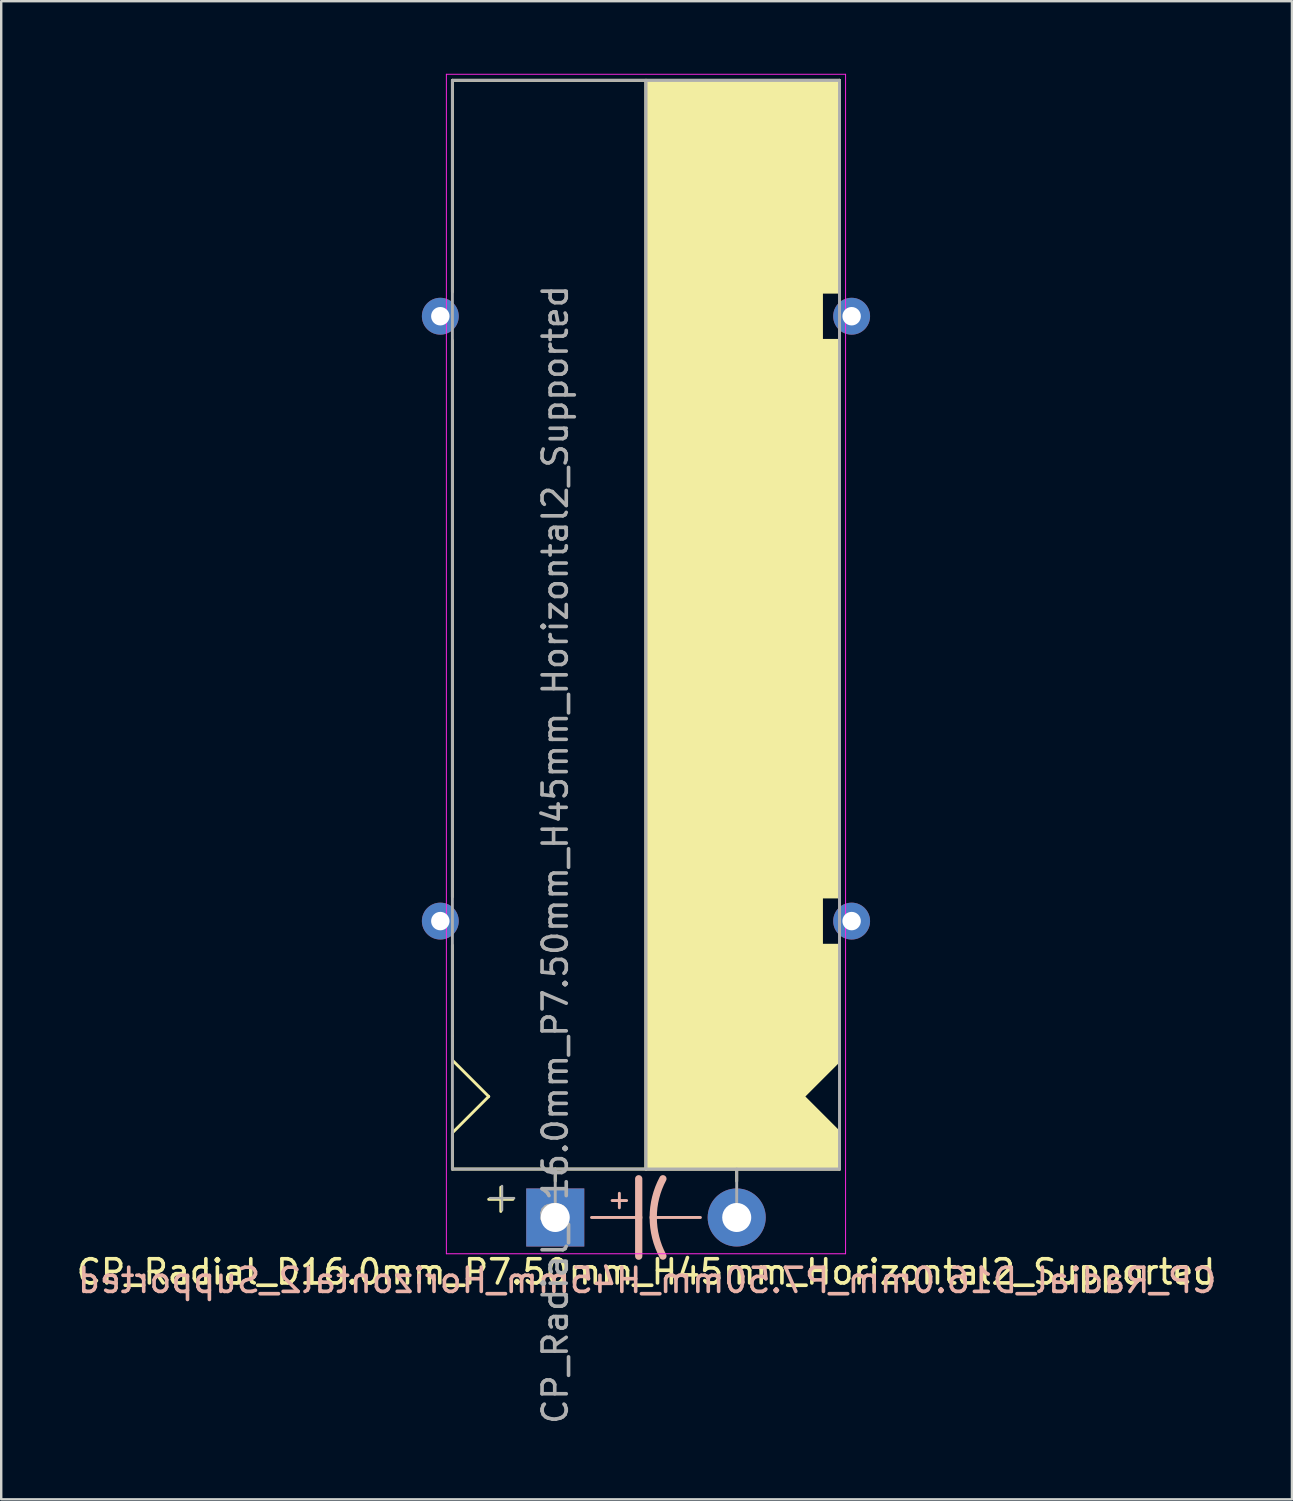
<source format=kicad_pcb>
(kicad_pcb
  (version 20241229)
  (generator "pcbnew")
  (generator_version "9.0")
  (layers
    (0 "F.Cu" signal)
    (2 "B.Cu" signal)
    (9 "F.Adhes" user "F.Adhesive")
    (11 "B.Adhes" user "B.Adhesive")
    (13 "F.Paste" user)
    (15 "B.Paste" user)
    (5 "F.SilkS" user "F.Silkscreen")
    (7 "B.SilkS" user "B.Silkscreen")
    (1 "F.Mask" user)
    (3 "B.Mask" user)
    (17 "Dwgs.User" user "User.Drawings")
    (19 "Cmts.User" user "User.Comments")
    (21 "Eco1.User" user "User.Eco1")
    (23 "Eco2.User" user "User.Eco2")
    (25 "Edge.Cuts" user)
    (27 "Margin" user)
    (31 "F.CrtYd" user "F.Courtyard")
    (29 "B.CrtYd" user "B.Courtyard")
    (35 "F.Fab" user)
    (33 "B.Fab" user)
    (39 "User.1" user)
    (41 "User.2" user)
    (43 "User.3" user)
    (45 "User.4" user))
  (footprint "CP_Radial_D16.0mm_P7.50mm_H45mm_Horizontal2_Supported"
    (layer "F.Cu")
    (at 19.899 47.27)
    (property "Reference" "CP_Radial_D16.0mm_P7.50mm_H45mm_Horizontal2_Supported" (at 3.75 2.25 0) (layer "F.SilkS") (effects (font (size 1 1) (thickness 0.15))))
    (fp_line (start -4.25 -38.25) (end -4.25 -47) (stroke (width 0.12) (type solid)) (layer "F.SilkS"))
    (fp_line (start -4.25 -36.25) (end -4.25 -13.25) (stroke (width 0.12) (type solid)) (layer "F.SilkS"))
    (fp_line (start -4.25 -7.5) (end -4.25 -11.25) (stroke (width 0.12) (type solid)) (layer "F.SilkS"))
    (fp_line (start -4.25 -6.5) (end -4.25 -7.5) (stroke (width 0.12) (type solid)) (layer "F.SilkS"))
    (fp_line (start -4.25 -3.5) (end -2.75 -5) (stroke (width 0.12) (type solid)) (layer "F.SilkS"))
    (fp_line (start -4.25 -2) (end -4.25 -3.5) (stroke (width 0.12) (type solid)) (layer "F.SilkS"))
    (fp_line (start -2.75 -5) (end -4.25 -6.5) (stroke (width 0.12) (type solid)) (layer "F.SilkS"))
    (fp_line (start -2.25 -1.25) (end -2.25 -0.25) (stroke (width 0.12) (type solid)) (layer "F.SilkS"))
    (fp_line (start -1.75 -0.75) (end -2.75 -0.75) (stroke (width 0.12) (type solid)) (layer "F.SilkS"))
    (fp_line (start 0 -1.5) (end 0 -2) (stroke (width 0.12) (type solid)) (layer "F.SilkS"))
    (fp_line (start 3.75 -2) (end -4.25 -2) (stroke (width 0.12) (type solid)) (layer "F.SilkS"))
    (fp_line (start 3.75 -2) (end 3.75 -47) (stroke (width 0.12) (type solid)) (layer "F.SilkS"))
    (fp_line (start 3.75 -2) (end 11.75 -2) (stroke (width 0.12) (type solid)) (layer "F.SilkS"))
    (fp_line (start 7.5 -1.5) (end 7.5 -2) (stroke (width 0.12) (type solid)) (layer "F.SilkS"))
    (fp_line (start 10.25 -5) (end 11.75 -6.5) (stroke (width 0.12) (type solid)) (layer "F.SilkS"))
    (fp_line (start 11 -38.25) (end 11 -36.25) (stroke (width 0.12) (type solid)) (layer "F.SilkS"))
    (fp_line (start 11 -36.25) (end 11.75 -36.25) (stroke (width 0.12) (type solid)) (layer "F.SilkS"))
    (fp_line (start 11 -13.25) (end 11 -11.25) (stroke (width 0.12) (type solid)) (layer "F.SilkS"))
    (fp_line (start 11 -11.25) (end 11.75 -11.25) (stroke (width 0.12) (type solid)) (layer "F.SilkS"))
    (fp_line (start 11.75 -47) (end -4.25 -47) (stroke (width 0.12) (type solid)) (layer "F.SilkS"))
    (fp_line (start 11.75 -47) (end 11.75 -38.25) (stroke (width 0.12) (type solid)) (layer "F.SilkS"))
    (fp_line (start 11.75 -38.25) (end 11 -38.25) (stroke (width 0.12) (type solid)) (layer "F.SilkS"))
    (fp_line (start 11.75 -13.25) (end 11 -13.25) (stroke (width 0.12) (type solid)) (layer "F.SilkS"))
    (fp_line (start 11.75 -13.25) (end 11.75 -36.25) (stroke (width 0.12) (type solid)) (layer "F.SilkS"))
    (fp_line (start 11.75 -11.25) (end 11.75 -6.5) (stroke (width 0.12) (type solid)) (layer "F.SilkS"))
    (fp_line (start 11.75 -3.5) (end 10.25 -5) (stroke (width 0.12) (type solid)) (layer "F.SilkS"))
    (fp_line (start 11.75 -2) (end 11.75 -3.5) (stroke (width 0.12) (type solid)) (layer "F.SilkS"))
    (fp_poly (pts (xy 11.75 -3.5) (xy 10.25 -5) (xy 11.75 -6.5) (xy 11.75 -11.25) (xy 11 -11.25) (xy 11 -13.25) (xy 11.75 -13.25) (xy 11.75 -36.25) (xy 11 -36.25) (xy 11 -38.25) (xy 11.75 -38.25) (xy 11.75 -47) (xy 3.75 -47) (xy 3.75 -2) (xy 11.75 -2)) (stroke (width 0.1) (type solid)) (fill yes) (layer "F.SilkS"))
    (fp_line (start 1.5 0) (end 3.45 0) (stroke (width 0.12) (type solid)) (layer "B.SilkS"))
    (fp_line (start 2.35 -0.7) (end 2.95 -0.7) (stroke (width 0.12) (type solid)) (layer "B.SilkS"))
    (fp_line (start 2.65 -0.4) (end 2.65 -1) (stroke (width 0.12) (type solid)) (layer "B.SilkS"))
    (fp_line (start 3.45 0) (end 3.45 -1.6) (stroke (width 0.3) (type solid)) (layer "B.SilkS"))
    (fp_line (start 3.45 0) (end 3.45 1.6) (stroke (width 0.3) (type solid)) (layer "B.SilkS"))
    (fp_line (start 6 0) (end 4.05 0) (stroke (width 0.12) (type solid)) (layer "B.SilkS"))
    (fp_arc (start 4.05 0) (mid 4.150512 -0.824872) (end 4.45 -1.6) (stroke (width 0.3) (type solid)) (layer "B.SilkS"))
    (fp_arc (start 4.45 1.596157) (mid 4.151652 0.822725) (end 4.05 0) (stroke (width 0.3) (type solid)) (layer "B.SilkS"))
    (fp_line (start -4.5 -47.25) (end -4.5 1.5) (stroke (width 0.04) (type solid)) (layer "F.CrtYd"))
    (fp_line (start -4.5 1.5) (end 12 1.5) (stroke (width 0.04) (type solid)) (layer "F.CrtYd"))
    (fp_line (start 12 -47.25) (end -4.5 -47.25) (stroke (width 0.04) (type solid)) (layer "F.CrtYd"))
    (fp_line (start 12 1.5) (end 12 -47.25) (stroke (width 0.04) (type solid)) (layer "F.CrtYd"))
    (fp_line (start -4.25 -47) (end 11.75 -47) (stroke (width 0.12) (type solid)) (layer "F.Fab"))
    (fp_line (start -4.25 -2) (end -4.25 -47) (stroke (width 0.12) (type solid)) (layer "F.Fab"))
    (fp_line (start -2.7 -0.8) (end -1.7 -0.8) (stroke (width 0.1) (type solid)) (layer "F.Fab"))
    (fp_line (start -2.2 -0.3) (end -2.2 -1.3) (stroke (width 0.1) (type solid)) (layer "F.Fab"))
    (fp_line (start 0 -2) (end -4.25 -2) (stroke (width 0.12) (type solid)) (layer "F.Fab"))
    (fp_line (start 0 0) (end 0 -2) (stroke (width 0.12) (type solid)) (layer "F.Fab"))
    (fp_line (start 3.75 -2) (end 3.75 -47) (stroke (width 0.12) (type solid)) (layer "F.Fab"))
    (fp_line (start 7.5 0) (end 7.5 -2) (stroke (width 0.12) (type solid)) (layer "F.Fab"))
    (fp_line (start 11.75 -47) (end 11.75 -2) (stroke (width 0.12) (type solid)) (layer "F.Fab"))
    (fp_line (start 11.75 -2) (end 0 -2) (stroke (width 0.12) (type solid)) (layer "F.Fab"))
    (fp_poly (pts (xy 11.75 -47) (xy 3.75 -47) (xy 3.75 -2) (xy 11.75 -2)) (stroke (width 0.1) (type solid)) (fill no) (layer "F.Fab"))
    (fp_text user "${REFERENCE}" (at 3.8 2.6 0) (layer "B.SilkS") (effects (font (size 1 1) (thickness 0.15)) (justify mirror)))
    (fp_text user "${REFERENCE}" (at 0 -15 90) (layer "F.Fab") (effects (font (size 1 1) (thickness 0.15))))
    (pad "1" thru_hole rect (at 0 0) (size 2.4 2.4) (drill 1.2) (layers "*.Cu" "*.Mask"))
    (pad "2" thru_hole circle (at 7.5 0) (size 2.4 2.4) (drill 1.2) (layers "*.Cu" "*.Mask"))
    (pad "~" thru_hole circle (at -4.75 -37.25 180) (size 1.524 1.524) (drill 0.762) (layers "*.Cu" "*.Mask"))
    (pad "~" thru_hole circle (at -4.75 -12.25 180) (size 1.524 1.524) (drill 0.762) (layers "*.Cu" "*.Mask"))
    (pad "~" thru_hole circle (at 12.25 -37.25 180) (size 1.524 1.524) (drill 0.762) (layers "*.Cu" "*.Mask"))
    (pad "~" thru_hole circle (at 12.25 -12.25 180) (size 1.524 1.524) (drill 0.762) (layers "*.Cu" "*.Mask")))
  (gr_rect
    (start -3 -3)
    (end 50.348 58.919)
    (stroke (width 0.1) (type default))
    (fill no)
    (layer "Edge.Cuts")))
</source>
